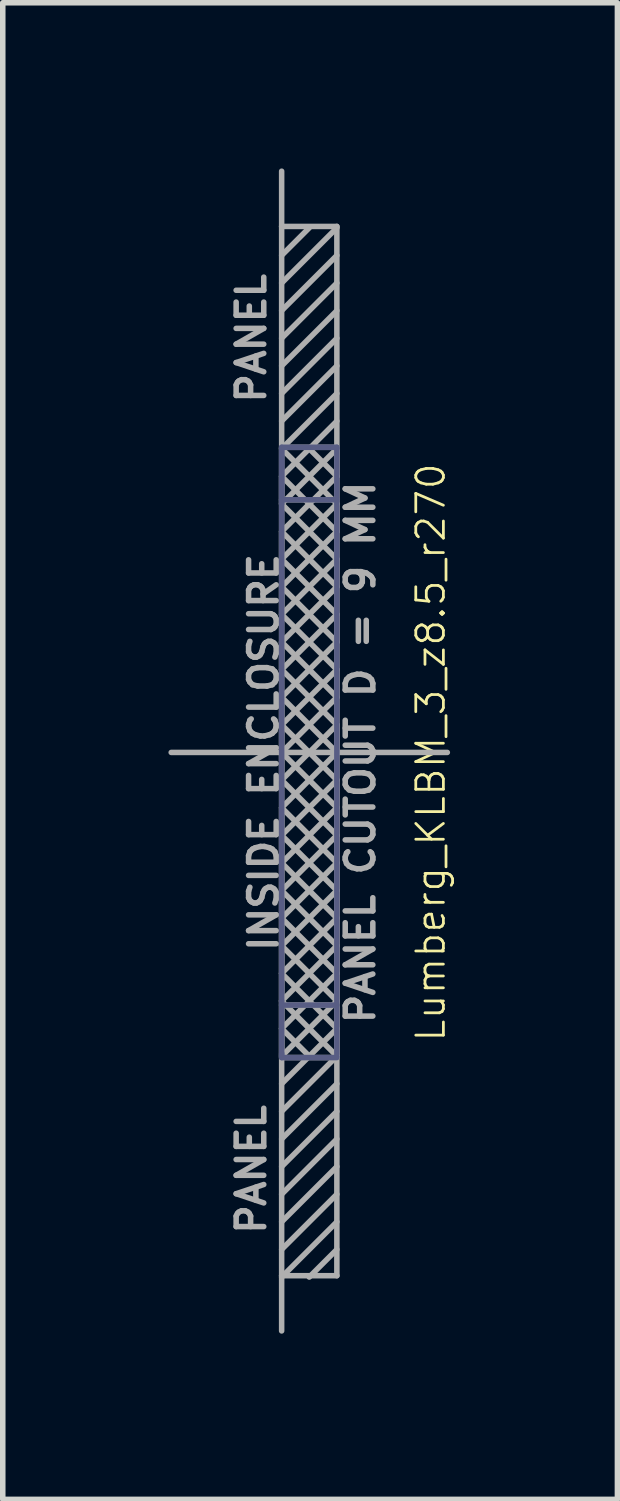
<source format=kicad_pcb>
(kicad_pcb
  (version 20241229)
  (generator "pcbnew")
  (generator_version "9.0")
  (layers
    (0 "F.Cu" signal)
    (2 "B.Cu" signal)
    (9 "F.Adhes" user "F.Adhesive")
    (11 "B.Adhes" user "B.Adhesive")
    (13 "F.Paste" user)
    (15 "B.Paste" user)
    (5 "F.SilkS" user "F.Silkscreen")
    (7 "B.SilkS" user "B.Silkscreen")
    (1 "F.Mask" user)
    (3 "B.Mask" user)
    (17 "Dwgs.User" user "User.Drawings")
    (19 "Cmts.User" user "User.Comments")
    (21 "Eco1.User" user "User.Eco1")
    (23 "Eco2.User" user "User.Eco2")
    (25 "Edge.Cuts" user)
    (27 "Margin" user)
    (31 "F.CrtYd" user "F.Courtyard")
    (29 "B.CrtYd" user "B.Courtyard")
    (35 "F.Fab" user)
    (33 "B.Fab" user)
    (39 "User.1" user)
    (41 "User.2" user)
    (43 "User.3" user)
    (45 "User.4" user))
  (footprint "Lumberg_KLBM_3_z8.5_r270"
    (layer "F.Cu")
    (at 2.05 10.575)
    (property "Reference" "Lumberg_KLBM_3_z8.5_r270" (at 2.7 0 90) (layer "F.SilkS") (effects (font (size 0.5 0.5) (thickness 0.05))))
    (attr through_hole)
    (fp_line (start 0 -5.525) (end 0 -5.5) (stroke (width 0.1) (type solid)) (layer "B.Fab"))
    (fp_line (start 0 -5.5) (end 0 -4.5) (stroke (width 0.1) (type solid)) (layer "B.Fab"))
    (fp_line (start 0 -4.575) (end 1 -4.575) (stroke (width 0.1) (type solid)) (layer "B.Fab"))
    (fp_line (start 0 4.5) (end 0 -5.5) (stroke (width 0.1) (type solid)) (layer "B.Fab"))
    (fp_line (start 0 4.575) (end 1 4.575) (stroke (width 0.1) (type solid)) (layer "B.Fab"))
    (fp_line (start 0 5.5) (end 0 4.5) (stroke (width 0.1) (type solid)) (layer "B.Fab"))
    (fp_line (start 0 5.525) (end 0 5.45) (stroke (width 0.1) (type solid)) (layer "B.Fab"))
    (fp_line (start 1 -5.525) (end 0 -5.525) (stroke (width 0.1) (type solid)) (layer "B.Fab"))
    (fp_line (start 1 -5.5) (end 1 -5.525) (stroke (width 0.1) (type solid)) (layer "B.Fab"))
    (fp_line (start 1 -5.5) (end 1 5.5) (stroke (width 0.1) (type solid)) (layer "B.Fab"))
    (fp_line (start 1 5.525) (end 0 5.525) (stroke (width 0.1) (type solid)) (layer "B.Fab"))
    (fp_line (start -2 0) (end 3 0) (stroke (width 0.1) (type solid)) (layer "F.Fab"))
    (fp_line (start 0 -9.525) (end 0 -10.525) (stroke (width 0.1) (type solid)) (layer "F.Fab"))
    (fp_line (start 0 -9.525) (end 1 -9.525) (stroke (width 0.1) (type solid)) (layer "F.Fab"))
    (fp_line (start 0 -9) (end 0.5 -9.5) (stroke (width 0.1) (type solid)) (layer "F.Fab"))
    (fp_line (start 0 -6.5) (end 1 -7.5) (stroke (width 0.1) (type solid)) (layer "F.Fab"))
    (fp_line (start 0 -5.525) (end 1 -5.525) (stroke (width 0.1) (type solid)) (layer "F.Fab"))
    (fp_line (start 0 -5.5) (end 1 -6.5) (stroke (width 0.1) (type solid)) (layer "F.Fab"))
    (fp_line (start 0 -5.5) (end 1 -4.5) (stroke (width 0.1) (type solid)) (layer "F.Fab"))
    (fp_line (start 0 -5) (end 0.5 -5.5) (stroke (width 0.1) (type solid)) (layer "F.Fab"))
    (fp_line (start 0 -5) (end 1 -4) (stroke (width 0.1) (type solid)) (layer "F.Fab"))
    (fp_line (start 0 -4.575) (end 1 -4.575) (stroke (width 0.1) (type solid)) (layer "F.Fab"))
    (fp_line (start 0 -4.5) (end 0 -5) (stroke (width 0.1) (type solid)) (layer "F.Fab"))
    (fp_line (start 0 -4.5) (end 1 -3.5) (stroke (width 0.1) (type solid)) (layer "F.Fab"))
    (fp_line (start 0 -4) (end 1 -5) (stroke (width 0.1) (type solid)) (layer "F.Fab"))
    (fp_line (start 0 -4) (end 1 -3) (stroke (width 0.1) (type solid)) (layer "F.Fab"))
    (fp_line (start 0 -3.5) (end 0 -4) (stroke (width 0.1) (type solid)) (layer "F.Fab"))
    (fp_line (start 0 -3.5) (end 1 -2.5) (stroke (width 0.1) (type solid)) (layer "F.Fab"))
    (fp_line (start 0 -3) (end 1 -4) (stroke (width 0.1) (type solid)) (layer "F.Fab"))
    (fp_line (start 0 -3) (end 1 -2) (stroke (width 0.1) (type solid)) (layer "F.Fab"))
    (fp_line (start 0 -2.5) (end 0 -3) (stroke (width 0.1) (type solid)) (layer "F.Fab"))
    (fp_line (start 0 -2) (end 1 -3) (stroke (width 0.1) (type solid)) (layer "F.Fab"))
    (fp_line (start 0 -2) (end 1 -1) (stroke (width 0.1) (type solid)) (layer "F.Fab"))
    (fp_line (start 0 -1.5) (end 0 -2) (stroke (width 0.1) (type solid)) (layer "F.Fab"))
    (fp_line (start 0 -1.5) (end 1 -0.5) (stroke (width 0.1) (type solid)) (layer "F.Fab"))
    (fp_line (start 0 -1) (end 1 -2) (stroke (width 0.1) (type solid)) (layer "F.Fab"))
    (fp_line (start 0 -0.5) (end 0 -1) (stroke (width 0.1) (type solid)) (layer "F.Fab"))
    (fp_line (start 0 -0.5) (end 0 0) (stroke (width 0.1) (type solid)) (layer "F.Fab"))
    (fp_line (start 0 0) (end 1 -1) (stroke (width 0.1) (type solid)) (layer "F.Fab"))
    (fp_line (start 0 0) (end 1 1) (stroke (width 0.1) (type solid)) (layer "F.Fab"))
    (fp_line (start 0 0.5) (end 0 0) (stroke (width 0.1) (type solid)) (layer "F.Fab"))
    (fp_line (start 0 1) (end 1 0) (stroke (width 0.1) (type solid)) (layer "F.Fab"))
    (fp_line (start 0 1) (end 1 2) (stroke (width 0.1) (type solid)) (layer "F.Fab"))
    (fp_line (start 0 1.5) (end 0 1) (stroke (width 0.1) (type solid)) (layer "F.Fab"))
    (fp_line (start 0 1.5) (end 0 2) (stroke (width 0.1) (type solid)) (layer "F.Fab"))
    (fp_line (start 0 2) (end 1 1) (stroke (width 0.1) (type solid)) (layer "F.Fab"))
    (fp_line (start 0 2) (end 1 3) (stroke (width 0.1) (type solid)) (layer "F.Fab"))
    (fp_line (start 0 2.5) (end 0 2) (stroke (width 0.1) (type solid)) (layer "F.Fab"))
    (fp_line (start 0 2.5) (end 0 3) (stroke (width 0.1) (type solid)) (layer "F.Fab"))
    (fp_line (start 0 3) (end 1 2) (stroke (width 0.1) (type solid)) (layer "F.Fab"))
    (fp_line (start 0 3) (end 1 4) (stroke (width 0.1) (type solid)) (layer "F.Fab"))
    (fp_line (start 0 3.5) (end 0 3) (stroke (width 0.1) (type solid)) (layer "F.Fab"))
    (fp_line (start 0 3.5) (end 0 4) (stroke (width 0.1) (type solid)) (layer "F.Fab"))
    (fp_line (start 0 4) (end 1 3) (stroke (width 0.1) (type solid)) (layer "F.Fab"))
    (fp_line (start 0 4) (end 1 5) (stroke (width 0.1) (type solid)) (layer "F.Fab"))
    (fp_line (start 0 4.5) (end 0 4) (stroke (width 0.1) (type solid)) (layer "F.Fab"))
    (fp_line (start 0 4.5) (end 0 5) (stroke (width 0.1) (type solid)) (layer "F.Fab"))
    (fp_line (start 0 4.575) (end 1 4.575) (stroke (width 0.1) (type solid)) (layer "F.Fab"))
    (fp_line (start 0 5) (end 0.5 5.5) (stroke (width 0.1) (type solid)) (layer "F.Fab"))
    (fp_line (start 0 5) (end 1 4) (stroke (width 0.1) (type solid)) (layer "F.Fab"))
    (fp_line (start 0 5.5) (end 0 5) (stroke (width 0.1) (type solid)) (layer "F.Fab"))
    (fp_line (start 0 5.525) (end 1 5.525) (stroke (width 0.1) (type solid)) (layer "F.Fab"))
    (fp_line (start 0 7) (end 1 6) (stroke (width 0.1) (type solid)) (layer "F.Fab"))
    (fp_line (start 0 8) (end 1 7) (stroke (width 0.1) (type solid)) (layer "F.Fab"))
    (fp_line (start 0 9) (end 1 8) (stroke (width 0.1) (type solid)) (layer "F.Fab"))
    (fp_line (start 0 9.475) (end 0 -9.525) (stroke (width 0.1) (type solid)) (layer "F.Fab"))
    (fp_line (start 0 9.475) (end 0 10.475) (stroke (width 0.1) (type solid)) (layer "F.Fab"))
    (fp_line (start 0.5 -5.5) (end 1 -5) (stroke (width 0.1) (type solid)) (layer "F.Fab"))
    (fp_line (start 0.5 5.5) (end 0 6) (stroke (width 0.1) (type solid)) (layer "F.Fab"))
    (fp_line (start 0.5 5.5) (end 1 5) (stroke (width 0.1) (type solid)) (layer "F.Fab"))
    (fp_line (start 0.5 9.5) (end 1 9) (stroke (width 0.1) (type solid)) (layer "F.Fab"))
    (fp_line (start 1 -9.525) (end 1 9.475) (stroke (width 0.1) (type solid)) (layer "F.Fab"))
    (fp_line (start 1 -9.5) (end 0 -8.5) (stroke (width 0.1) (type solid)) (layer "F.Fab"))
    (fp_line (start 1 -9) (end 0 -8) (stroke (width 0.1) (type solid)) (layer "F.Fab"))
    (fp_line (start 1 -8.5) (end 0 -7.5) (stroke (width 0.1) (type solid)) (layer "F.Fab"))
    (fp_line (start 1 -8) (end 0 -7) (stroke (width 0.1) (type solid)) (layer "F.Fab"))
    (fp_line (start 1 -7) (end 0 -6) (stroke (width 0.1) (type solid)) (layer "F.Fab"))
    (fp_line (start 1 -6) (end 0.5 -5.5) (stroke (width 0.1) (type solid)) (layer "F.Fab"))
    (fp_line (start 1 -5.5) (end 0 -4.5) (stroke (width 0.1) (type solid)) (layer "F.Fab"))
    (fp_line (start 1 -5) (end 1 -5.5) (stroke (width 0.1) (type solid)) (layer "F.Fab"))
    (fp_line (start 1 -4.5) (end 0 -3.5) (stroke (width 0.1) (type solid)) (layer "F.Fab"))
    (fp_line (start 1 -4) (end 1 -4.5) (stroke (width 0.1) (type solid)) (layer "F.Fab"))
    (fp_line (start 1 -3.5) (end 0 -2.5) (stroke (width 0.1) (type solid)) (layer "F.Fab"))
    (fp_line (start 1 -3) (end 1 -3.5) (stroke (width 0.1) (type solid)) (layer "F.Fab"))
    (fp_line (start 1 -2.5) (end 0 -1.5) (stroke (width 0.1) (type solid)) (layer "F.Fab"))
    (fp_line (start 1 -2) (end 1 -2.5) (stroke (width 0.1) (type solid)) (layer "F.Fab"))
    (fp_line (start 1 -1.5) (end 0 -2.5) (stroke (width 0.1) (type solid)) (layer "F.Fab"))
    (fp_line (start 1 -1.5) (end 0 -0.5) (stroke (width 0.1) (type solid)) (layer "F.Fab"))
    (fp_line (start 1 -1) (end 1 -1.5) (stroke (width 0.1) (type solid)) (layer "F.Fab"))
    (fp_line (start 1 -0.5) (end 0 0.5) (stroke (width 0.1) (type solid)) (layer "F.Fab"))
    (fp_line (start 1 -0.5) (end 1 0) (stroke (width 0.1) (type solid)) (layer "F.Fab"))
    (fp_line (start 1 0) (end 0 -1) (stroke (width 0.1) (type solid)) (layer "F.Fab"))
    (fp_line (start 1 0) (end 1 -0.5) (stroke (width 0.1) (type solid)) (layer "F.Fab"))
    (fp_line (start 1 0.5) (end 0 -0.5) (stroke (width 0.1) (type solid)) (layer "F.Fab"))
    (fp_line (start 1 0.5) (end 0 1.5) (stroke (width 0.1) (type solid)) (layer "F.Fab"))
    (fp_line (start 1 1) (end 1 0.5) (stroke (width 0.1) (type solid)) (layer "F.Fab"))
    (fp_line (start 1 1) (end 1 1.5) (stroke (width 0.1) (type solid)) (layer "F.Fab"))
    (fp_line (start 1 1.5) (end 0 0.5) (stroke (width 0.1) (type solid)) (layer "F.Fab"))
    (fp_line (start 1 1.5) (end 0 2.5) (stroke (width 0.1) (type solid)) (layer "F.Fab"))
    (fp_line (start 1 2) (end 1 1.5) (stroke (width 0.1) (type solid)) (layer "F.Fab"))
    (fp_line (start 1 2) (end 1 2.5) (stroke (width 0.1) (type solid)) (layer "F.Fab"))
    (fp_line (start 1 2.5) (end 0 1.5) (stroke (width 0.1) (type solid)) (layer "F.Fab"))
    (fp_line (start 1 2.5) (end 0 3.5) (stroke (width 0.1) (type solid)) (layer "F.Fab"))
    (fp_line (start 1 3) (end 1 2.5) (stroke (width 0.1) (type solid)) (layer "F.Fab"))
    (fp_line (start 1 3) (end 1 3.5) (stroke (width 0.1) (type solid)) (layer "F.Fab"))
    (fp_line (start 1 3.5) (end 0 2.5) (stroke (width 0.1) (type solid)) (layer "F.Fab"))
    (fp_line (start 1 3.5) (end 0 4.5) (stroke (width 0.1) (type solid)) (layer "F.Fab"))
    (fp_line (start 1 4) (end 1 3.5) (stroke (width 0.1) (type solid)) (layer "F.Fab"))
    (fp_line (start 1 4) (end 1 4.5) (stroke (width 0.1) (type solid)) (layer "F.Fab"))
    (fp_line (start 1 4.5) (end 0 3.5) (stroke (width 0.1) (type solid)) (layer "F.Fab"))
    (fp_line (start 1 4.5) (end 0 5.5) (stroke (width 0.1) (type solid)) (layer "F.Fab"))
    (fp_line (start 1 5) (end 1 4.5) (stroke (width 0.1) (type solid)) (layer "F.Fab"))
    (fp_line (start 1 5) (end 1 5.5) (stroke (width 0.1) (type solid)) (layer "F.Fab"))
    (fp_line (start 1 5.5) (end 0 4.5) (stroke (width 0.1) (type solid)) (layer "F.Fab"))
    (fp_line (start 1 5.5) (end 0 6.5) (stroke (width 0.1) (type solid)) (layer "F.Fab"))
    (fp_line (start 1 6.5) (end 0 7.5) (stroke (width 0.1) (type solid)) (layer "F.Fab"))
    (fp_line (start 1 7.5) (end 0 8.5) (stroke (width 0.1) (type solid)) (layer "F.Fab"))
    (fp_line (start 1 8.5) (end 0 9.5) (stroke (width 0.1) (type solid)) (layer "F.Fab"))
    (fp_line (start 1 9.475) (end 0 9.475) (stroke (width 0.1) (type solid)) (layer "F.Fab"))
    (fp_text user "PANEL" (at -0.55 7.55 90) (layer "F.Fab") (effects (font (size 0.5 0.5) (thickness 0.1))))
    (fp_text user "PANEL CUTOUT D = 9 MM" (at 1.425 0 90) (layer "F.Fab") (effects (font (size 0.5 0.5) (thickness 0.1))))
    (fp_text user "PANEL" (at -0.55 -7.5 90) (layer "F.Fab") (effects (font (size 0.5 0.5) (thickness 0.1))))
    (fp_text user "INSIDE ENCLOSURE" (at -0.325 0 90) (layer "F.Fab") (effects (font (size 0.5 0.5) (thickness 0.1)))))
  (gr_rect
    (start -3 -3)
    (end 8.13 24.1)
    (stroke (width 0.1) (type default))
    (fill no)
    (layer "Edge.Cuts")))
</source>
